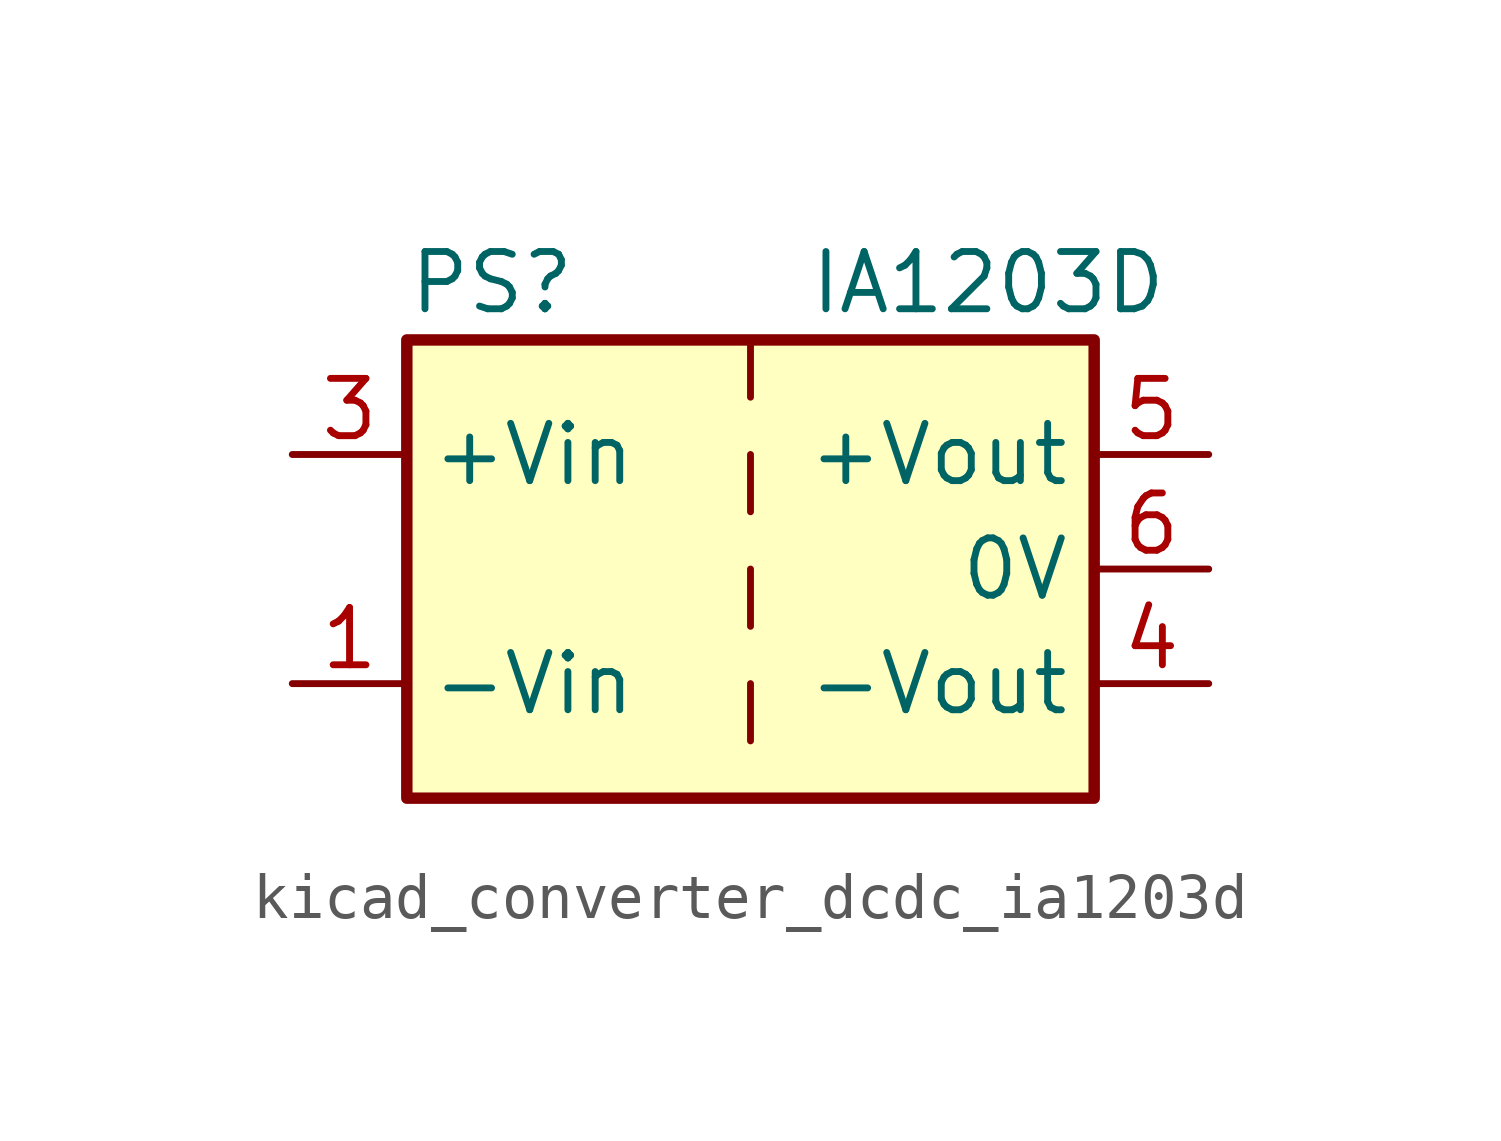
<source format=kicad_sym>
(kicad_symbol_lib
  (version 20220914)
  (generator kicad_symbol_editor)
  (symbol "kicad_converter_dcdc_ia1203d"
    (property "Reference" "PS"
      (at -7.62 6.35 0)
      (effects (font (size 1.27 1.27)) (justify left)))
    (property "Value" "IA1203D"
      (at 1.27 6.35 0)
      (effects (font (size 1.27 1.27)) (justify left)))
    (symbol "kicad_converter_dcdc_ia1203d_0_0"
      (pin power_in line (at -10.16 -2.54 0) (length 2.54) (name "-Vin" (effects (font (size 1.27 1.27)))) (number "1" (effects (font (size 1.27 1.27)))))
      (pin power_in line (at -10.16 2.54 0) (length 2.54) (name "+Vin" (effects (font (size 1.27 1.27)))) (number "3" (effects (font (size 1.27 1.27)))))
      (pin power_out line (at 10.16 -2.54 180) (length 2.54) (name "-Vout" (effects (font (size 1.27 1.27)))) (number "4" (effects (font (size 1.27 1.27)))))
      (pin power_out line (at 10.16 2.54 180) (length 2.54) (name "+Vout" (effects (font (size 1.27 1.27)))) (number "5" (effects (font (size 1.27 1.27)))))
      (pin power_out line (at 10.16 0 180) (length 2.54) (name "0V" (effects (font (size 1.27 1.27)))) (number "6" (effects (font (size 1.27 1.27))))))
    (symbol "kicad_converter_dcdc_ia1203d_0_1"
      (rectangle (start -7.62 5.08) (end 7.62 -5.08) (stroke (width 0.254) (type default)) (fill (type background)))
      (polyline (pts (xy 0 -2.54) (xy 0 -3.81)) (stroke (width 0) (type default)) (fill (type none)))
      (polyline (pts (xy 0 0) (xy 0 -1.27)) (stroke (width 0) (type default)) (fill (type none)))
      (polyline (pts (xy 0 2.54) (xy 0 1.27)) (stroke (width 0) (type default)) (fill (type none)))
      (polyline (pts (xy 0 5.08) (xy 0 3.81)) (stroke (width 0) (type default)) (fill (type none))))
    (symbol "kicad_converter_dcdc_ia1203d_1_1"
      (pin no_connect line (at 0 -5.08 90) (length 2.54) hide (name "NC" (effects (font (size 1.27 1.27)))) (number "2" (effects (font (size 1.27 1.27))))))))
</source>
